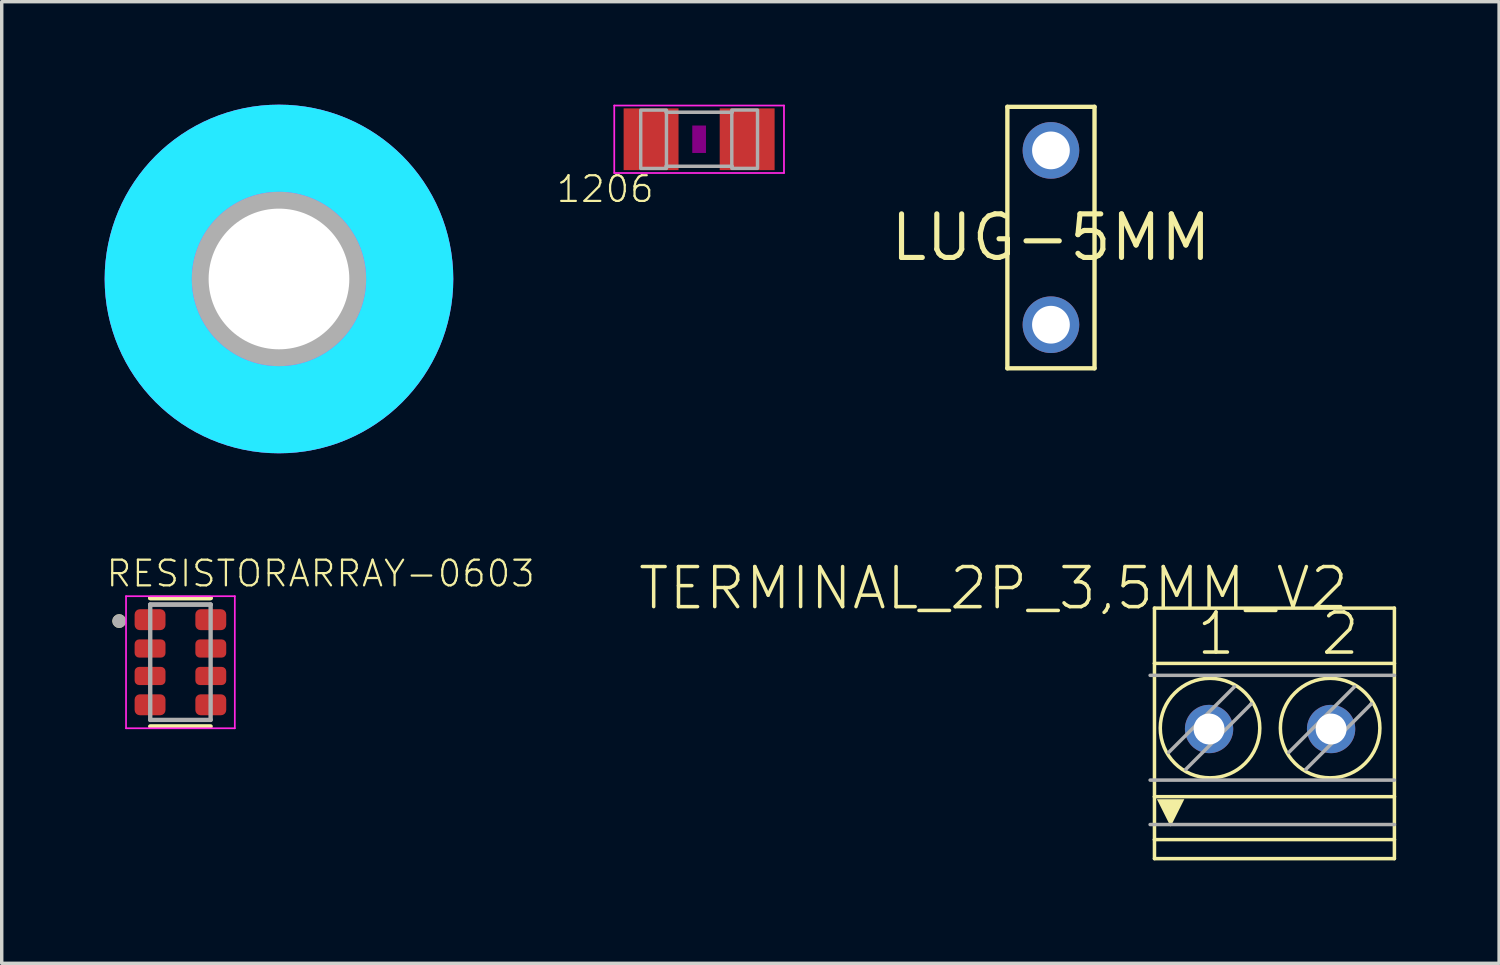
<source format=kicad_pcb>
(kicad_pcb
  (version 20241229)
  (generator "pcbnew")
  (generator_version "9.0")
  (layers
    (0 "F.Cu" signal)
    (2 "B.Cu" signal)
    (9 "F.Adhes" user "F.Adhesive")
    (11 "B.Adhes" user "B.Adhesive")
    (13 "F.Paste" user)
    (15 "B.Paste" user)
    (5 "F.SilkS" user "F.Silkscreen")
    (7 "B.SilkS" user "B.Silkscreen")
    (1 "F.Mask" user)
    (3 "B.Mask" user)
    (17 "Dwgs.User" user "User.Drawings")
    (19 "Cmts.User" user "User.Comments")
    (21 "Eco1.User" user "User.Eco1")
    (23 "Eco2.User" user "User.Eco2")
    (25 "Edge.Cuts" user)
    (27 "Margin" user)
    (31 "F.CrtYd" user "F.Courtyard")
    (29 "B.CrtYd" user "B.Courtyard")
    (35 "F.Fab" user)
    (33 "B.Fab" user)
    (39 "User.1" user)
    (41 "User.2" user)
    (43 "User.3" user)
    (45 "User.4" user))
  (footprint "RESISTORARRAY-0603"
    (layer "F.Cu")
    (at 2.208 16.249)
    (property "Reference" "RESISTORARRAY-0603" (at -2.208 -2.146 0) (layer "F.SilkS") (effects (font (size 0.748 0.748) (thickness 0.065)) (justify left bottom)))
    (fp_line (start 0.88 -1.87) (end -0.88 -1.87) (stroke (width 0.127) (type solid)) (layer "F.SilkS"))
    (fp_line (start 0.88 -1.87) (end -0.88 -1.87) (stroke (width 0.127) (type solid)) (layer "F.SilkS"))
    (fp_line (start 0.88 1.87) (end -0.88 1.87) (stroke (width 0.127) (type solid)) (layer "F.SilkS"))
    (fp_circle (center -1.785 -1.2) (end -1.685 -1.2) (stroke (width 0.2) (type solid)) (fill no) (layer "F.SilkS"))
    (fp_line (start -1.585 -1.925) (end -1.585 1.925) (stroke (width 0.05) (type solid)) (layer "F.CrtYd"))
    (fp_line (start -1.585 1.925) (end 1.585 1.925) (stroke (width 0.05) (type solid)) (layer "F.CrtYd"))
    (fp_line (start 1.585 -1.925) (end -1.585 -1.925) (stroke (width 0.05) (type solid)) (layer "F.CrtYd"))
    (fp_line (start 1.585 1.925) (end 1.585 -1.925) (stroke (width 0.05) (type solid)) (layer "F.CrtYd"))
    (fp_line (start -0.88 -1.68) (end -0.88 1.68) (stroke (width 0.127) (type solid)) (layer "F.Fab"))
    (fp_line (start -0.88 1.68) (end 0.88 1.68) (stroke (width 0.127) (type solid)) (layer "F.Fab"))
    (fp_line (start 0.88 -1.68) (end -0.88 -1.68) (stroke (width 0.127) (type solid)) (layer "F.Fab"))
    (fp_line (start 0.88 -1.68) (end -0.88 -1.68) (stroke (width 0.127) (type solid)) (layer "F.Fab"))
    (fp_line (start 0.88 1.68) (end 0.88 -1.68) (stroke (width 0.127) (type solid)) (layer "F.Fab"))
    (fp_circle (center -1.785 -1.2) (end -1.685 -1.2) (stroke (width 0.2) (type solid)) (fill no) (layer "F.Fab"))
    (pad "1" smd roundrect (at -0.885 -1.24) (size 0.9 0.61) (layers "F.Cu" "F.Mask" "F.Paste") (roundrect_rratio 0.25))
    (pad "2" smd roundrect (at -0.885 -0.4) (size 0.9 0.53) (layers "F.Cu" "F.Mask" "F.Paste") (roundrect_rratio 0.25))
    (pad "3" smd roundrect (at -0.885 0.4) (size 0.9 0.53) (layers "F.Cu" "F.Mask" "F.Paste") (roundrect_rratio 0.25))
    (pad "4" smd roundrect (at -0.885 1.24) (size 0.9 0.61) (layers "F.Cu" "F.Mask" "F.Paste") (roundrect_rratio 0.25))
    (pad "5" smd roundrect (at 0.885 1.24 180) (size 0.9 0.61) (layers "F.Cu" "F.Mask" "F.Paste") (roundrect_rratio 0.25))
    (pad "6" smd roundrect (at 0.885 0.4 180) (size 0.9 0.53) (layers "F.Cu" "F.Mask" "F.Paste") (roundrect_rratio 0.25))
    (pad "7" smd roundrect (at 0.885 -0.4 180) (size 0.9 0.53) (layers "F.Cu" "F.Mask" "F.Paste") (roundrect_rratio 0.25))
    (pad "8" smd roundrect (at 0.885 -1.24 180) (size 0.9 0.61) (layers "F.Cu" "F.Mask" "F.Paste") (roundrect_rratio 0.25)))
  (footprint "TERMINAL_2P_3,5MM_V2"
    (layer "F.Cu")
    (at 33.455 18.195)
    (property "Reference" "TERMINAL_2P_3,5MM_V2" (at 2.857 -4.785 0) (layer "F.SilkS") (effects (font (size 1.168 1.168) (thickness 0.102)) (justify right top)))
    (fp_line (start -2.861 -3.523) (end 4.131 -3.523) (stroke (width 0.102) (type solid)) (layer "F.SilkS"))
    (fp_line (start -2.861 -1.912) (end -2.861 -3.523) (stroke (width 0.102) (type solid)) (layer "F.SilkS"))
    (fp_line (start -2.861 -1.912) (end 4.131 -1.912) (stroke (width 0.102) (type solid)) (layer "F.SilkS"))
    (fp_line (start -2.861 1.972) (end -2.861 -1.912) (stroke (width 0.102) (type solid)) (layer "F.SilkS"))
    (fp_line (start -2.861 3.223) (end -2.861 1.972) (stroke (width 0.102) (type solid)) (layer "F.SilkS"))
    (fp_line (start -2.861 3.223) (end 4.131 3.223) (stroke (width 0.102) (type solid)) (layer "F.SilkS"))
    (fp_line (start -2.861 3.777) (end -2.861 3.223) (stroke (width 0.102) (type solid)) (layer "F.SilkS"))
    (fp_line (start -2.861 3.777) (end 4.131 3.777) (stroke (width 0.102) (type solid)) (layer "F.SilkS"))
    (fp_line (start -0.036 -0.738) (end -0.042 -0.732) (stroke (width 0.102) (type solid)) (layer "F.SilkS"))
    (fp_line (start 3.464 -0.738) (end 3.458 -0.732) (stroke (width 0.102) (type solid)) (layer "F.SilkS"))
    (fp_line (start 4.131 -1.912) (end 4.131 -3.523) (stroke (width 0.102) (type solid)) (layer "F.SilkS"))
    (fp_line (start 4.131 1.972) (end -2.861 1.972) (stroke (width 0.102) (type solid)) (layer "F.SilkS"))
    (fp_line (start 4.131 1.972) (end 4.131 -1.912) (stroke (width 0.102) (type solid)) (layer "F.SilkS"))
    (fp_line (start 4.131 3.223) (end 4.131 1.972) (stroke (width 0.102) (type solid)) (layer "F.SilkS"))
    (fp_line (start 4.131 3.777) (end 4.131 3.223) (stroke (width 0.102) (type solid)) (layer "F.SilkS"))
    (fp_circle (center -1.242 -0.027) (end 0.208 -0.027) (stroke (width 0.102) (type solid)) (fill no) (layer "F.SilkS"))
    (fp_circle (center 2.258 -0.027) (end 3.708 -0.027) (stroke (width 0.102) (type solid)) (fill no) (layer "F.SilkS"))
    (fp_poly (pts (xy -2.39 2.844) (xy -2.79 2.045) (xy -1.991 2.045)) (stroke (width 0) (type solid)) (fill yes) (layer "F.SilkS"))
    (fp_line (start -2.988 1.489) (end 4.131 1.489) (stroke (width 0.102) (type solid)) (layer "F.Fab"))
    (fp_line (start -2.448 0.684) (end -0.531 -1.233) (stroke (width 0.102) (type solid)) (layer "F.Fab"))
    (fp_line (start -0.042 -0.732) (end -1.953 1.179) (stroke (width 0.102) (type solid)) (layer "F.Fab"))
    (fp_line (start 1.052 0.684) (end 2.969 -1.233) (stroke (width 0.102) (type solid)) (layer "F.Fab"))
    (fp_line (start 3.458 -0.732) (end 1.547 1.179) (stroke (width 0.102) (type solid)) (layer "F.Fab"))
    (fp_line (start 4.131 -1.564) (end -2.988 -1.564) (stroke (width 0.102) (type solid)) (layer "F.Fab"))
    (fp_line (start 4.131 2.784) (end -2.988 2.784) (stroke (width 0.102) (type solid)) (layer "F.Fab"))
    (fp_text user "1" (at -1.692 -2.095 0) (layer "F.SilkS") (effects (font (size 1.168 1.168) (thickness 0.102)) (justify left bottom)))
    (fp_text user "2" (at 1.927 -2.095 0) (layer "F.SilkS") (effects (font (size 1.168 1.168) (thickness 0.102)) (justify left bottom)))
    (pad "P$1" thru_hole circle (at -1.27 0) (size 1.408 1.408) (drill 0.9) (layers "*.Cu" "*.Mask"))
    (pad "P$2" thru_hole circle (at 2.286 0) (size 1.408 1.408) (drill 0.9) (layers "*.Cu" "*.Mask")))
  (footprint "LUG-5MM"
    (layer "F.Cu")
    (at 27.577 3.873)
    (property "Reference" "LUG-5MM" (at 0 0 0) (layer "F.SilkS") (effects (font (size 1.27 1.27) (thickness 0.15))))
    (fp_line (start -1.27 -3.81) (end 1.27 -3.81) (stroke (width 0.127) (type solid)) (layer "F.SilkS"))
    (fp_line (start -1.27 3.81) (end -1.27 -3.81) (stroke (width 0.127) (type solid)) (layer "F.SilkS"))
    (fp_line (start 1.27 -3.81) (end 1.27 3.81) (stroke (width 0.127) (type solid)) (layer "F.SilkS"))
    (fp_line (start 1.27 3.81) (end -1.27 3.81) (stroke (width 0.127) (type solid)) (layer "F.SilkS"))
    (pad "P$3" thru_hole circle (at 0 -2.54) (size 1.65 1.65) (drill 1.1) (layers "*.Cu" "*.Mask"))
    (pad "P$4" thru_hole circle (at 0 2.54) (size 1.65 1.65) (drill 1.1) (layers "*.Cu" "*.Mask")))
  (footprint "4,1"
    (layer "F.Cu")
    (at 5.08 5.08)
    (property "Reference" "4,1" (at 0 0 0) (layer "F.SilkS") (effects (font (size 1.27 1.27) (thickness 0.15))))
    (fp_circle (center 0 0) (end 2.15 0) (stroke (width 0.152) (type solid)) (fill no) (layer "F.SilkS"))
    (fp_circle (center 0 0) (end 3.81 0) (stroke (width 2.54) (type solid)) (fill no) (layer "B.CrtYd"))
    (fp_circle (center 0 0) (end 3.81 0) (stroke (width 2.54) (type solid)) (fill no) (layer "F.CrtYd"))
    (fp_arc (start 0 -2.54) (mid 1.796051 -1.796051) (end 2.54 0) (stroke (width 3.9116) (type solid)) (layer "F.Fab"))
    (fp_arc (start 0 2.54) (mid -1.796051 1.796051) (end -2.54 0) (stroke (width 3.9116) (type solid)) (layer "F.Fab"))
    (fp_circle (center 0 0) (end 0.762 0) (stroke (width 0.457) (type solid)) (fill no) (layer "F.Fab"))
    (fp_circle (center 0 0) (end 4.496 0) (stroke (width 0.152) (type solid)) (fill no) (layer "F.Fab"))
    (pad "" np_thru_hole circle (at 0 0) (size 4.1 4.1) (drill 4.1) (layers "*.Cu" "*.Mask"))
    (zone (net_name "") (layer "F.Cu") (hatch edge 0.508) (connect_pads) (min_thickness 0.254) (filled_areas_thickness no) (keepout (tracks not_allowed) (vias not_allowed) (pads not_allowed) (copperpour not_allowed) (footprints allowed)) (placement (enabled no)) (fill) (polygon (pts (xy 10.16 5.08) (xy 10.083 4.198) (xy 9.854 3.343) (xy 9.479 2.54) (xy 8.972 1.815) (xy 8.345 1.188) (xy 7.62 0.681) (xy 6.817 0.306) (xy 5.962 0.077) (xy 5.08 0) (xy 4.198 0.077) (xy 3.343 0.306) (xy 2.54 0.681) (xy 1.815 1.188) (xy 1.188 1.815) (xy 0.681 2.54) (xy 0.306 3.343) (xy 0.077 4.198) (xy 0 5.08) (xy 0.077 5.962) (xy 0.306 6.817) (xy 0.681 7.62) (xy 1.188 8.345) (xy 1.815 8.972) (xy 2.54 9.479) (xy 3.343 9.854) (xy 4.198 10.083) (xy 5.08 10.16) (xy 5.962 10.083) (xy 6.817 9.854) (xy 7.62 9.479) (xy 8.345 8.972) (xy 8.972 8.345) (xy 9.479 7.62) (xy 9.854 6.817) (xy 10.083 5.962))) (polygon (pts (xy 7.62 5.08) (xy 7.581 4.639) (xy 7.467 4.211) (xy 7.28 3.81) (xy 7.026 3.447) (xy 6.713 3.134) (xy 6.35 2.88) (xy 5.949 2.693) (xy 5.521 2.579) (xy 5.08 2.54) (xy 4.639 2.579) (xy 4.211 2.693) (xy 3.81 2.88) (xy 3.447 3.134) (xy 3.134 3.447) (xy 2.88 3.81) (xy 2.693 4.211) (xy 2.579 4.639) (xy 2.54 5.08) (xy 2.579 5.521) (xy 2.693 5.949) (xy 2.88 6.35) (xy 3.134 6.713) (xy 3.447 7.026) (xy 3.81 7.28) (xy 4.211 7.467) (xy 4.639 7.581) (xy 5.08 7.62) (xy 5.521 7.581) (xy 5.949 7.467) (xy 6.35 7.28) (xy 6.713 7.026) (xy 7.026 6.713) (xy 7.28 6.35) (xy 7.467 5.949) (xy 7.581 5.521))))
    (zone (net_name "") (layers "F.Cu" "B.Cu") (hatch edge 0.508) (connect_pads) (min_thickness 0.254) (filled_areas_thickness no) (keepout (tracks allowed) (vias not_allowed) (pads allowed) (copperpour allowed) (footprints allowed)) (placement (enabled no)) (fill) (polygon (pts (xy 10.16 5.08) (xy 10.083 4.198) (xy 9.854 3.343) (xy 9.479 2.54) (xy 8.972 1.815) (xy 8.345 1.188) (xy 7.62 0.681) (xy 6.817 0.306) (xy 5.962 0.077) (xy 5.08 0) (xy 4.198 0.077) (xy 3.343 0.306) (xy 2.54 0.681) (xy 1.815 1.188) (xy 1.188 1.815) (xy 0.681 2.54) (xy 0.306 3.343) (xy 0.077 4.198) (xy 0 5.08) (xy 0.077 5.962) (xy 0.306 6.817) (xy 0.681 7.62) (xy 1.188 8.345) (xy 1.815 8.972) (xy 2.54 9.479) (xy 3.343 9.854) (xy 4.198 10.083) (xy 5.08 10.16) (xy 5.962 10.083) (xy 6.817 9.854) (xy 7.62 9.479) (xy 8.345 8.972) (xy 8.972 8.345) (xy 9.479 7.62) (xy 9.854 6.817) (xy 10.083 5.962))) (polygon (pts (xy 7.62 5.08) (xy 7.581 4.639) (xy 7.467 4.211) (xy 7.28 3.81) (xy 7.026 3.447) (xy 6.713 3.134) (xy 6.35 2.88) (xy 5.949 2.693) (xy 5.521 2.579) (xy 5.08 2.54) (xy 4.639 2.579) (xy 4.211 2.693) (xy 3.81 2.88) (xy 3.447 3.134) (xy 3.134 3.447) (xy 2.88 3.81) (xy 2.693 4.211) (xy 2.579 4.639) (xy 2.54 5.08) (xy 2.579 5.521) (xy 2.693 5.949) (xy 2.88 6.35) (xy 3.134 6.713) (xy 3.447 7.026) (xy 3.81 7.28) (xy 4.211 7.467) (xy 4.639 7.581) (xy 5.08 7.62) (xy 5.521 7.581) (xy 5.949 7.467) (xy 6.35 7.28) (xy 6.713 7.026) (xy 7.026 6.713) (xy 7.28 6.35) (xy 7.467 5.949) (xy 7.581 5.521))))
    (zone (net_name "") (layer "B.Cu") (hatch edge 0.508) (connect_pads) (min_thickness 0.254) (filled_areas_thickness no) (keepout (tracks not_allowed) (vias not_allowed) (pads not_allowed) (copperpour not_allowed) (footprints allowed)) (placement (enabled no)) (fill) (polygon (pts (xy 10.16 5.08) (xy 10.083 4.198) (xy 9.854 3.343) (xy 9.479 2.54) (xy 8.972 1.815) (xy 8.345 1.188) (xy 7.62 0.681) (xy 6.817 0.306) (xy 5.962 0.077) (xy 5.08 0) (xy 4.198 0.077) (xy 3.343 0.306) (xy 2.54 0.681) (xy 1.815 1.188) (xy 1.188 1.815) (xy 0.681 2.54) (xy 0.306 3.343) (xy 0.077 4.198) (xy 0 5.08) (xy 0.077 5.962) (xy 0.306 6.817) (xy 0.681 7.62) (xy 1.188 8.345) (xy 1.815 8.972) (xy 2.54 9.479) (xy 3.343 9.854) (xy 4.198 10.083) (xy 5.08 10.16) (xy 5.962 10.083) (xy 6.817 9.854) (xy 7.62 9.479) (xy 8.345 8.972) (xy 8.972 8.345) (xy 9.479 7.62) (xy 9.854 6.817) (xy 10.083 5.962))) (polygon (pts (xy 7.62 5.08) (xy 7.581 4.639) (xy 7.467 4.211) (xy 7.28 3.81) (xy 7.026 3.447) (xy 6.713 3.134) (xy 6.35 2.88) (xy 5.949 2.693) (xy 5.521 2.579) (xy 5.08 2.54) (xy 4.639 2.579) (xy 4.211 2.693) (xy 3.81 2.88) (xy 3.447 3.134) (xy 3.134 3.447) (xy 2.88 3.81) (xy 2.693 4.211) (xy 2.579 4.639) (xy 2.54 5.08) (xy 2.579 5.521) (xy 2.693 5.949) (xy 2.88 6.35) (xy 3.134 6.713) (xy 3.447 7.026) (xy 3.81 7.28) (xy 4.211 7.467) (xy 4.639 7.581) (xy 5.08 7.62) (xy 5.521 7.581) (xy 5.949 7.467) (xy 6.35 7.28) (xy 6.713 7.026) (xy 7.026 6.713) (xy 7.28 6.35) (xy 7.467 5.949) (xy 7.581 5.521)))))
  (footprint "1206"
    (layer "F.Cu")
    (at 17.324 1.008)
    (property "Reference" "1206" (at -1.27 1.016 0) (layer "F.SilkS") (effects (font (size 0.748 0.748) (thickness 0.065)) (justify right top)))
    (fp_poly (pts (xy -0.2 0.4) (xy 0.2 0.4) (xy 0.2 -0.4) (xy -0.2 -0.4)) (stroke (width 0) (type solid)) (fill yes) (layer "F.Adhes"))
    (fp_line (start -2.473 -0.983) (end 2.473 -0.983) (stroke (width 0.051) (type solid)) (layer "F.CrtYd"))
    (fp_line (start -2.473 0.983) (end -2.473 -0.983) (stroke (width 0.051) (type solid)) (layer "F.CrtYd"))
    (fp_line (start 2.473 -0.983) (end 2.473 0.983) (stroke (width 0.051) (type solid)) (layer "F.CrtYd"))
    (fp_line (start 2.473 0.983) (end -2.473 0.983) (stroke (width 0.051) (type solid)) (layer "F.CrtYd"))
    (fp_line (start -0.965 -0.787) (end 0.965 -0.787) (stroke (width 0.102) (type solid)) (layer "F.Fab"))
    (fp_line (start -0.965 0.787) (end 0.965 0.787) (stroke (width 0.102) (type solid)) (layer "F.Fab"))
    (fp_poly (pts (xy -1.702 0.851) (xy -0.952 0.851) (xy -0.952 -0.849) (xy -1.702 -0.849)) (stroke (width 0.1) (type solid)) (fill no) (layer "F.Fab"))
    (fp_poly (pts (xy 0.952 0.849) (xy 1.702 0.849) (xy 1.702 -0.851) (xy 0.952 -0.851)) (stroke (width 0.1) (type solid)) (fill no) (layer "F.Fab"))
    (pad "1" smd rect (at -1.4 0) (size 1.6 1.8) (layers "F.Cu" "F.Mask" "F.Paste"))
    (pad "2" smd rect (at 1.4 0) (size 1.6 1.8) (layers "F.Cu" "F.Mask" "F.Paste")))
  (gr_rect
    (start -3 -3)
    (end 40.637 25.023)
    (stroke (width 0.1) (type default))
    (fill no)
    (layer "Edge.Cuts")))
</source>
